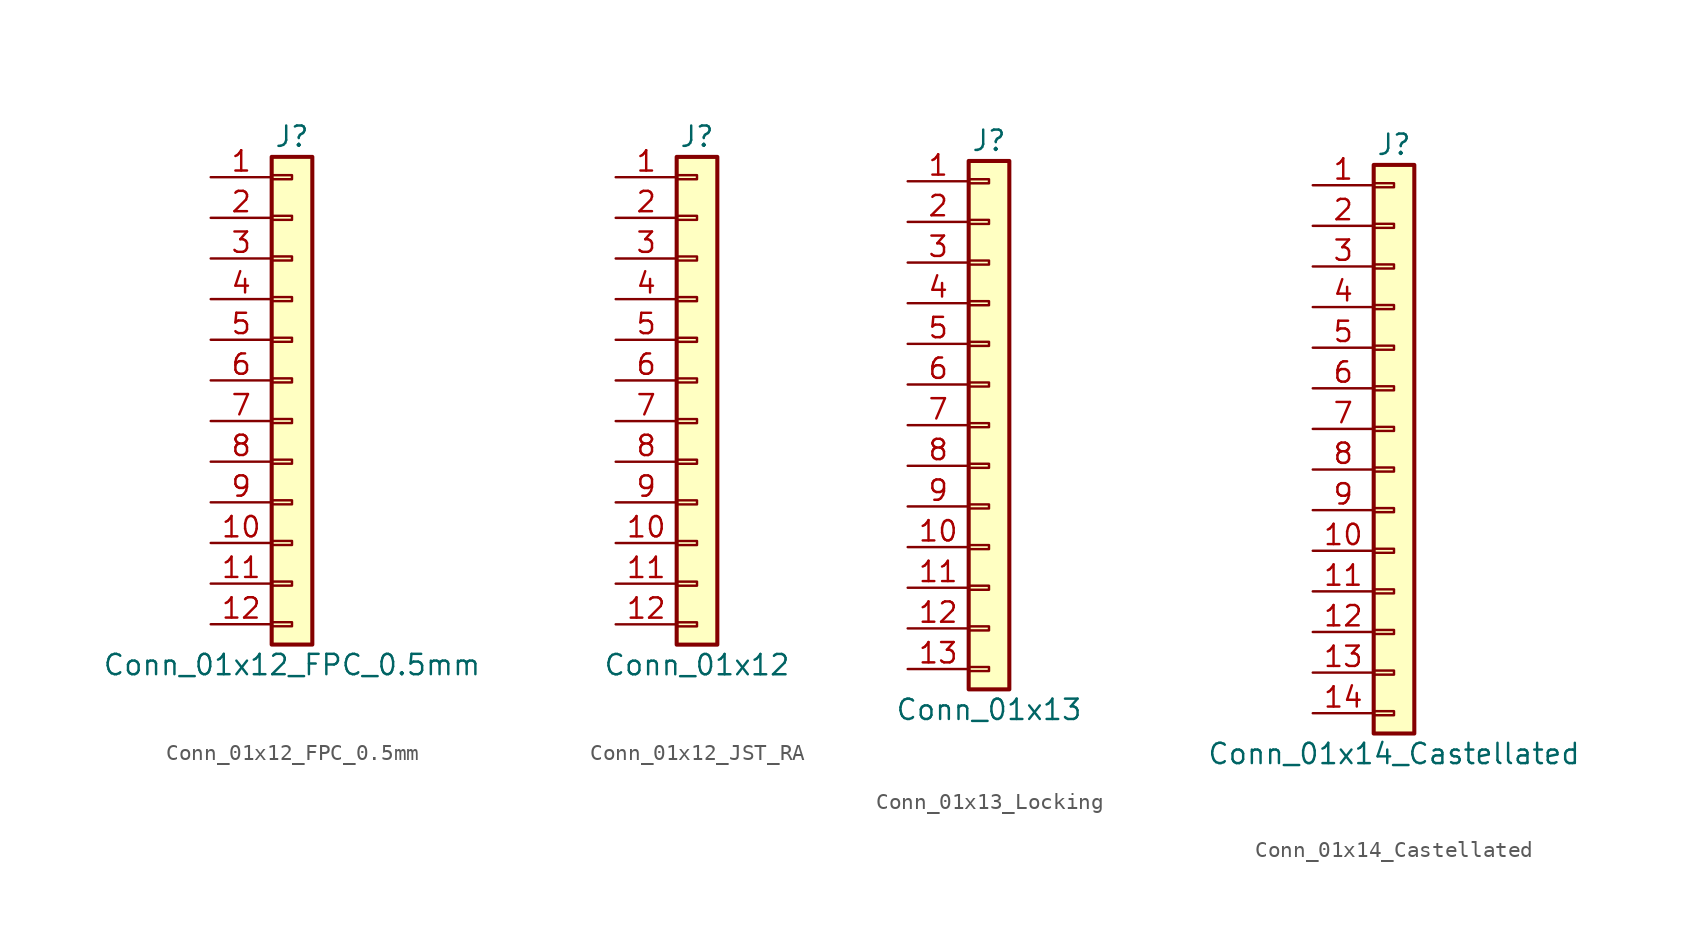
<source format=kicad_sym>
(kicad_symbol_lib
  (version 20231120)
  (generator "kicad_symbol_editor")
  (generator_version "8.0")
  (symbol "Conn_01x12_FPC_0.5mm"
    (pin_names
      (offset 1.016) hide)
    (property "Reference" "J"
      (at 0 15.24 0)
      (effects (font (size 1.27 1.27))))
    (property "Value" "Conn_01x12_FPC_0.5mm"
      (at 0 -17.78 0)
      (effects (font (size 1.27 1.27))))
    (symbol "Conn_01x12_FPC_0.5mm_1_1"
      (rectangle (start -1.27 -15.113) (end 0 -15.367) (stroke (width 0.152) (type default)) (fill (type none)))
      (rectangle (start -1.27 -12.573) (end 0 -12.827) (stroke (width 0.152) (type default)) (fill (type none)))
      (rectangle (start -1.27 -10.033) (end 0 -10.287) (stroke (width 0.152) (type default)) (fill (type none)))
      (rectangle (start -1.27 -7.493) (end 0 -7.747) (stroke (width 0.152) (type default)) (fill (type none)))
      (rectangle (start -1.27 -4.953) (end 0 -5.207) (stroke (width 0.152) (type default)) (fill (type none)))
      (rectangle (start -1.27 -2.413) (end 0 -2.667) (stroke (width 0.152) (type default)) (fill (type none)))
      (rectangle (start -1.27 0.127) (end 0 -0.127) (stroke (width 0.152) (type default)) (fill (type none)))
      (rectangle (start -1.27 2.667) (end 0 2.413) (stroke (width 0.152) (type default)) (fill (type none)))
      (rectangle (start -1.27 5.207) (end 0 4.953) (stroke (width 0.152) (type default)) (fill (type none)))
      (rectangle (start -1.27 7.747) (end 0 7.493) (stroke (width 0.152) (type default)) (fill (type none)))
      (rectangle (start -1.27 10.287) (end 0 10.033) (stroke (width 0.152) (type default)) (fill (type none)))
      (rectangle (start -1.27 12.827) (end 0 12.573) (stroke (width 0.152) (type default)) (fill (type none)))
      (rectangle (start -1.27 13.97) (end 1.27 -16.51) (stroke (width 0.254) (type default)) (fill (type background)))
      (pin passive line (at -5.08 12.7 0) (length 3.81) (name "Pin_1" (effects (font (size 1.27 1.27)))) (number "1" (effects (font (size 1.27 1.27)))))
      (pin passive line (at -5.08 -10.16 0) (length 3.81) (name "Pin_10" (effects (font (size 1.27 1.27)))) (number "10" (effects (font (size 1.27 1.27)))))
      (pin passive line (at -5.08 -12.7 0) (length 3.81) (name "Pin_11" (effects (font (size 1.27 1.27)))) (number "11" (effects (font (size 1.27 1.27)))))
      (pin passive line (at -5.08 -15.24 0) (length 3.81) (name "Pin_12" (effects (font (size 1.27 1.27)))) (number "12" (effects (font (size 1.27 1.27)))))
      (pin passive line (at -5.08 10.16 0) (length 3.81) (name "Pin_2" (effects (font (size 1.27 1.27)))) (number "2" (effects (font (size 1.27 1.27)))))
      (pin passive line (at -5.08 7.62 0) (length 3.81) (name "Pin_3" (effects (font (size 1.27 1.27)))) (number "3" (effects (font (size 1.27 1.27)))))
      (pin passive line (at -5.08 5.08 0) (length 3.81) (name "Pin_4" (effects (font (size 1.27 1.27)))) (number "4" (effects (font (size 1.27 1.27)))))
      (pin passive line (at -5.08 2.54 0) (length 3.81) (name "Pin_5" (effects (font (size 1.27 1.27)))) (number "5" (effects (font (size 1.27 1.27)))))
      (pin passive line (at -5.08 0 0) (length 3.81) (name "Pin_6" (effects (font (size 1.27 1.27)))) (number "6" (effects (font (size 1.27 1.27)))))
      (pin passive line (at -5.08 -2.54 0) (length 3.81) (name "Pin_7" (effects (font (size 1.27 1.27)))) (number "7" (effects (font (size 1.27 1.27)))))
      (pin passive line (at -5.08 -5.08 0) (length 3.81) (name "Pin_8" (effects (font (size 1.27 1.27)))) (number "8" (effects (font (size 1.27 1.27)))))
      (pin passive line (at -5.08 -7.62 0) (length 3.81) (name "Pin_9" (effects (font (size 1.27 1.27)))) (number "9" (effects (font (size 1.27 1.27)))))))
  (symbol "Conn_01x12_JST_RA"
    (pin_names
      (offset 1.016) hide)
    (property "Reference" "J"
      (at 0 15.24 0)
      (effects (font (size 1.27 1.27))))
    (property "Value" "Conn_01x12"
      (at 0 -17.78 0)
      (effects (font (size 1.27 1.27))))
    (symbol "Conn_01x12_JST_RA_1_1"
      (rectangle (start -1.27 -15.113) (end 0 -15.367) (stroke (width 0.152) (type default)) (fill (type none)))
      (rectangle (start -1.27 -12.573) (end 0 -12.827) (stroke (width 0.152) (type default)) (fill (type none)))
      (rectangle (start -1.27 -10.033) (end 0 -10.287) (stroke (width 0.152) (type default)) (fill (type none)))
      (rectangle (start -1.27 -7.493) (end 0 -7.747) (stroke (width 0.152) (type default)) (fill (type none)))
      (rectangle (start -1.27 -4.953) (end 0 -5.207) (stroke (width 0.152) (type default)) (fill (type none)))
      (rectangle (start -1.27 -2.413) (end 0 -2.667) (stroke (width 0.152) (type default)) (fill (type none)))
      (rectangle (start -1.27 0.127) (end 0 -0.127) (stroke (width 0.152) (type default)) (fill (type none)))
      (rectangle (start -1.27 2.667) (end 0 2.413) (stroke (width 0.152) (type default)) (fill (type none)))
      (rectangle (start -1.27 5.207) (end 0 4.953) (stroke (width 0.152) (type default)) (fill (type none)))
      (rectangle (start -1.27 7.747) (end 0 7.493) (stroke (width 0.152) (type default)) (fill (type none)))
      (rectangle (start -1.27 10.287) (end 0 10.033) (stroke (width 0.152) (type default)) (fill (type none)))
      (rectangle (start -1.27 12.827) (end 0 12.573) (stroke (width 0.152) (type default)) (fill (type none)))
      (rectangle (start -1.27 13.97) (end 1.27 -16.51) (stroke (width 0.254) (type default)) (fill (type background)))
      (pin passive line (at -5.08 12.7 0) (length 3.81) (name "Pin_1" (effects (font (size 1.27 1.27)))) (number "1" (effects (font (size 1.27 1.27)))))
      (pin passive line (at -5.08 -10.16 0) (length 3.81) (name "Pin_10" (effects (font (size 1.27 1.27)))) (number "10" (effects (font (size 1.27 1.27)))))
      (pin passive line (at -5.08 -12.7 0) (length 3.81) (name "Pin_11" (effects (font (size 1.27 1.27)))) (number "11" (effects (font (size 1.27 1.27)))))
      (pin passive line (at -5.08 -15.24 0) (length 3.81) (name "Pin_12" (effects (font (size 1.27 1.27)))) (number "12" (effects (font (size 1.27 1.27)))))
      (pin passive line (at -5.08 10.16 0) (length 3.81) (name "Pin_2" (effects (font (size 1.27 1.27)))) (number "2" (effects (font (size 1.27 1.27)))))
      (pin passive line (at -5.08 7.62 0) (length 3.81) (name "Pin_3" (effects (font (size 1.27 1.27)))) (number "3" (effects (font (size 1.27 1.27)))))
      (pin passive line (at -5.08 5.08 0) (length 3.81) (name "Pin_4" (effects (font (size 1.27 1.27)))) (number "4" (effects (font (size 1.27 1.27)))))
      (pin passive line (at -5.08 2.54 0) (length 3.81) (name "Pin_5" (effects (font (size 1.27 1.27)))) (number "5" (effects (font (size 1.27 1.27)))))
      (pin passive line (at -5.08 0 0) (length 3.81) (name "Pin_6" (effects (font (size 1.27 1.27)))) (number "6" (effects (font (size 1.27 1.27)))))
      (pin passive line (at -5.08 -2.54 0) (length 3.81) (name "Pin_7" (effects (font (size 1.27 1.27)))) (number "7" (effects (font (size 1.27 1.27)))))
      (pin passive line (at -5.08 -5.08 0) (length 3.81) (name "Pin_8" (effects (font (size 1.27 1.27)))) (number "8" (effects (font (size 1.27 1.27)))))
      (pin passive line (at -5.08 -7.62 0) (length 3.81) (name "Pin_9" (effects (font (size 1.27 1.27)))) (number "9" (effects (font (size 1.27 1.27)))))))
  (symbol "Conn_01x13_Locking"
    (pin_names
      (offset 1.016) hide)
    (property "Reference" "J"
      (at 0 17.78 0)
      (effects (font (size 1.27 1.27))))
    (property "Value" "Conn_01x13"
      (at 0 -17.78 0)
      (effects (font (size 1.27 1.27))))
    (symbol "Conn_01x13_Locking_1_1"
      (rectangle (start -1.27 -15.113) (end 0 -15.367) (stroke (width 0.152) (type default)) (fill (type none)))
      (rectangle (start -1.27 -12.573) (end 0 -12.827) (stroke (width 0.152) (type default)) (fill (type none)))
      (rectangle (start -1.27 -10.033) (end 0 -10.287) (stroke (width 0.152) (type default)) (fill (type none)))
      (rectangle (start -1.27 -7.493) (end 0 -7.747) (stroke (width 0.152) (type default)) (fill (type none)))
      (rectangle (start -1.27 -4.953) (end 0 -5.207) (stroke (width 0.152) (type default)) (fill (type none)))
      (rectangle (start -1.27 -2.413) (end 0 -2.667) (stroke (width 0.152) (type default)) (fill (type none)))
      (rectangle (start -1.27 0.127) (end 0 -0.127) (stroke (width 0.152) (type default)) (fill (type none)))
      (rectangle (start -1.27 2.667) (end 0 2.413) (stroke (width 0.152) (type default)) (fill (type none)))
      (rectangle (start -1.27 5.207) (end 0 4.953) (stroke (width 0.152) (type default)) (fill (type none)))
      (rectangle (start -1.27 7.747) (end 0 7.493) (stroke (width 0.152) (type default)) (fill (type none)))
      (rectangle (start -1.27 10.287) (end 0 10.033) (stroke (width 0.152) (type default)) (fill (type none)))
      (rectangle (start -1.27 12.827) (end 0 12.573) (stroke (width 0.152) (type default)) (fill (type none)))
      (rectangle (start -1.27 15.367) (end 0 15.113) (stroke (width 0.152) (type default)) (fill (type none)))
      (rectangle (start -1.27 16.51) (end 1.27 -16.51) (stroke (width 0.254) (type default)) (fill (type background)))
      (pin passive line (at -5.08 15.24 0) (length 3.81) (name "Pin_1" (effects (font (size 1.27 1.27)))) (number "1" (effects (font (size 1.27 1.27)))))
      (pin passive line (at -5.08 -7.62 0) (length 3.81) (name "Pin_10" (effects (font (size 1.27 1.27)))) (number "10" (effects (font (size 1.27 1.27)))))
      (pin passive line (at -5.08 -10.16 0) (length 3.81) (name "Pin_11" (effects (font (size 1.27 1.27)))) (number "11" (effects (font (size 1.27 1.27)))))
      (pin passive line (at -5.08 -12.7 0) (length 3.81) (name "Pin_12" (effects (font (size 1.27 1.27)))) (number "12" (effects (font (size 1.27 1.27)))))
      (pin passive line (at -5.08 -15.24 0) (length 3.81) (name "Pin_13" (effects (font (size 1.27 1.27)))) (number "13" (effects (font (size 1.27 1.27)))))
      (pin passive line (at -5.08 12.7 0) (length 3.81) (name "Pin_2" (effects (font (size 1.27 1.27)))) (number "2" (effects (font (size 1.27 1.27)))))
      (pin passive line (at -5.08 10.16 0) (length 3.81) (name "Pin_3" (effects (font (size 1.27 1.27)))) (number "3" (effects (font (size 1.27 1.27)))))
      (pin passive line (at -5.08 7.62 0) (length 3.81) (name "Pin_4" (effects (font (size 1.27 1.27)))) (number "4" (effects (font (size 1.27 1.27)))))
      (pin passive line (at -5.08 5.08 0) (length 3.81) (name "Pin_5" (effects (font (size 1.27 1.27)))) (number "5" (effects (font (size 1.27 1.27)))))
      (pin passive line (at -5.08 2.54 0) (length 3.81) (name "Pin_6" (effects (font (size 1.27 1.27)))) (number "6" (effects (font (size 1.27 1.27)))))
      (pin passive line (at -5.08 0 0) (length 3.81) (name "Pin_7" (effects (font (size 1.27 1.27)))) (number "7" (effects (font (size 1.27 1.27)))))
      (pin passive line (at -5.08 -2.54 0) (length 3.81) (name "Pin_8" (effects (font (size 1.27 1.27)))) (number "8" (effects (font (size 1.27 1.27)))))
      (pin passive line (at -5.08 -5.08 0) (length 3.81) (name "Pin_9" (effects (font (size 1.27 1.27)))) (number "9" (effects (font (size 1.27 1.27)))))))
  (symbol "Conn_01x14_Castellated"
    (pin_names
      (offset 1.016) hide)
    (property "Reference" "J"
      (at 0 17.78 0)
      (effects (font (size 1.27 1.27))))
    (property "Value" "Conn_01x14_Castellated"
      (at 0 -20.32 0)
      (effects (font (size 1.27 1.27))))
    (symbol "Conn_01x14_Castellated_1_1"
      (rectangle (start -1.27 -17.653) (end 0 -17.907) (stroke (width 0.152) (type default)) (fill (type none)))
      (rectangle (start -1.27 -15.113) (end 0 -15.367) (stroke (width 0.152) (type default)) (fill (type none)))
      (rectangle (start -1.27 -12.573) (end 0 -12.827) (stroke (width 0.152) (type default)) (fill (type none)))
      (rectangle (start -1.27 -10.033) (end 0 -10.287) (stroke (width 0.152) (type default)) (fill (type none)))
      (rectangle (start -1.27 -7.493) (end 0 -7.747) (stroke (width 0.152) (type default)) (fill (type none)))
      (rectangle (start -1.27 -4.953) (end 0 -5.207) (stroke (width 0.152) (type default)) (fill (type none)))
      (rectangle (start -1.27 -2.413) (end 0 -2.667) (stroke (width 0.152) (type default)) (fill (type none)))
      (rectangle (start -1.27 0.127) (end 0 -0.127) (stroke (width 0.152) (type default)) (fill (type none)))
      (rectangle (start -1.27 2.667) (end 0 2.413) (stroke (width 0.152) (type default)) (fill (type none)))
      (rectangle (start -1.27 5.207) (end 0 4.953) (stroke (width 0.152) (type default)) (fill (type none)))
      (rectangle (start -1.27 7.747) (end 0 7.493) (stroke (width 0.152) (type default)) (fill (type none)))
      (rectangle (start -1.27 10.287) (end 0 10.033) (stroke (width 0.152) (type default)) (fill (type none)))
      (rectangle (start -1.27 12.827) (end 0 12.573) (stroke (width 0.152) (type default)) (fill (type none)))
      (rectangle (start -1.27 15.367) (end 0 15.113) (stroke (width 0.152) (type default)) (fill (type none)))
      (rectangle (start -1.27 16.51) (end 1.27 -19.05) (stroke (width 0.254) (type default)) (fill (type background)))
      (pin passive line (at -5.08 15.24 0) (length 3.81) (name "Pin_1" (effects (font (size 1.27 1.27)))) (number "1" (effects (font (size 1.27 1.27)))))
      (pin passive line (at -5.08 -7.62 0) (length 3.81) (name "Pin_10" (effects (font (size 1.27 1.27)))) (number "10" (effects (font (size 1.27 1.27)))))
      (pin passive line (at -5.08 -10.16 0) (length 3.81) (name "Pin_11" (effects (font (size 1.27 1.27)))) (number "11" (effects (font (size 1.27 1.27)))))
      (pin passive line (at -5.08 -12.7 0) (length 3.81) (name "Pin_12" (effects (font (size 1.27 1.27)))) (number "12" (effects (font (size 1.27 1.27)))))
      (pin passive line (at -5.08 -15.24 0) (length 3.81) (name "Pin_13" (effects (font (size 1.27 1.27)))) (number "13" (effects (font (size 1.27 1.27)))))
      (pin passive line (at -5.08 -17.78 0) (length 3.81) (name "Pin_14" (effects (font (size 1.27 1.27)))) (number "14" (effects (font (size 1.27 1.27)))))
      (pin passive line (at -5.08 12.7 0) (length 3.81) (name "Pin_2" (effects (font (size 1.27 1.27)))) (number "2" (effects (font (size 1.27 1.27)))))
      (pin passive line (at -5.08 10.16 0) (length 3.81) (name "Pin_3" (effects (font (size 1.27 1.27)))) (number "3" (effects (font (size 1.27 1.27)))))
      (pin passive line (at -5.08 7.62 0) (length 3.81) (name "Pin_4" (effects (font (size 1.27 1.27)))) (number "4" (effects (font (size 1.27 1.27)))))
      (pin passive line (at -5.08 5.08 0) (length 3.81) (name "Pin_5" (effects (font (size 1.27 1.27)))) (number "5" (effects (font (size 1.27 1.27)))))
      (pin passive line (at -5.08 2.54 0) (length 3.81) (name "Pin_6" (effects (font (size 1.27 1.27)))) (number "6" (effects (font (size 1.27 1.27)))))
      (pin passive line (at -5.08 0 0) (length 3.81) (name "Pin_7" (effects (font (size 1.27 1.27)))) (number "7" (effects (font (size 1.27 1.27)))))
      (pin passive line (at -5.08 -2.54 0) (length 3.81) (name "Pin_8" (effects (font (size 1.27 1.27)))) (number "8" (effects (font (size 1.27 1.27)))))
      (pin passive line (at -5.08 -5.08 0) (length 3.81) (name "Pin_9" (effects (font (size 1.27 1.27)))) (number "9" (effects (font (size 1.27 1.27))))))))
</source>
